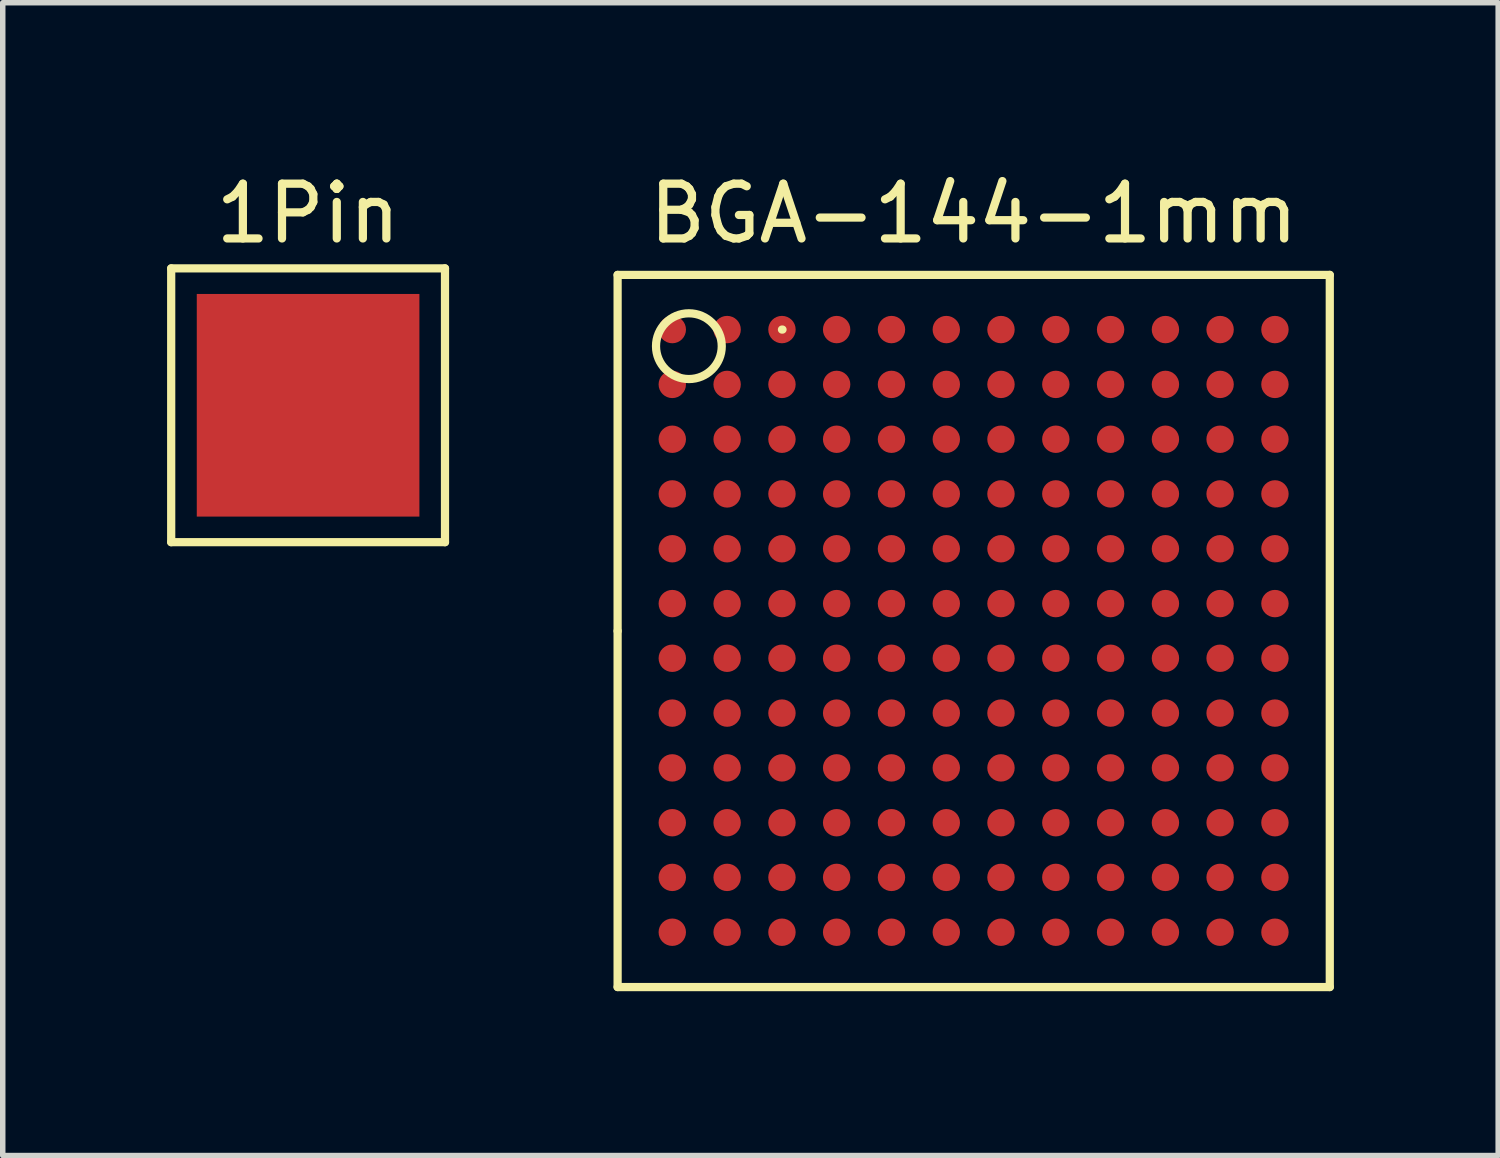
<source format=kicad_pcb>
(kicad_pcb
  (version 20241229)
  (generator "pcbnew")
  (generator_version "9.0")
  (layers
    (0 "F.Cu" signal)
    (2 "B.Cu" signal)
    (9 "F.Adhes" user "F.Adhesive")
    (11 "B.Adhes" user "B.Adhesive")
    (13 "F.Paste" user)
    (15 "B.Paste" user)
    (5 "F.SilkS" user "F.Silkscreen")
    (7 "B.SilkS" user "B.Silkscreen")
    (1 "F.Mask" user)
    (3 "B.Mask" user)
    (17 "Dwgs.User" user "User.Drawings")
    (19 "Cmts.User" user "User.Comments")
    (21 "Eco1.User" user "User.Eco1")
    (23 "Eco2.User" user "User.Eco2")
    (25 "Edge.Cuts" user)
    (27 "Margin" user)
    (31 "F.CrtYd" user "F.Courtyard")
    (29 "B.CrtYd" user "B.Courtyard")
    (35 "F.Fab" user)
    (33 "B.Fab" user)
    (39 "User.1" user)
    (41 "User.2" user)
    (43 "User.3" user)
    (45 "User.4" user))
  (footprint "1Pin"
    (layer "F.Cu")
    (at 2.574 4.348)
    (property "Reference" "1Pin" (at 0 -3.5 0) (layer "F.SilkS") (effects (font (size 1 1) (thickness 0.15))))
    (attr through_hole)
    (fp_line (start -2.499 -2.499) (end 2.499 -2.499) (stroke (width 0.15) (type solid)) (layer "F.SilkS"))
    (fp_line (start -2.499 2.499) (end -2.499 -2.499) (stroke (width 0.15) (type solid)) (layer "F.SilkS"))
    (fp_line (start 2.499 -2.499) (end 2.499 2.499) (stroke (width 0.15) (type solid)) (layer "F.SilkS"))
    (fp_line (start 2.499 2.499) (end -2.499 2.499) (stroke (width 0.15) (type solid)) (layer "F.SilkS"))
    (pad "1" smd rect (at 0 0) (size 4.064 4.064) (layers "F.Cu" "F.Mask" "F.Paste")))
  (footprint "BGA-144-1mm"
    (layer "F.Cu")
    (at 14.724 8.468)
    (property "Reference" "BGA-144-1mm" (at 0 -7.62 0) (layer "F.SilkS") (effects (font (size 1 1) (thickness 0.15))))
    (attr smd)
    (fp_line (start -6.5 -6.5) (end 6.5 -6.5) (stroke (width 0.15) (type solid)) (layer "F.SilkS"))
    (fp_line (start -6.5 0) (end -6.5 -6.5) (stroke (width 0.15) (type solid)) (layer "F.SilkS"))
    (fp_line (start -6.5 6.5) (end -6.5 0) (stroke (width 0.15) (type solid)) (layer "F.SilkS"))
    (fp_line (start -3.5 -5.502) (end -3.49 -5.502) (stroke (width 0.15) (type solid)) (layer "F.SilkS"))
    (fp_line (start 6.5 -6.5) (end 6.5 6.5) (stroke (width 0.15) (type solid)) (layer "F.SilkS"))
    (fp_line (start 6.5 6.5) (end -6.5 6.5) (stroke (width 0.15) (type solid)) (layer "F.SilkS"))
    (fp_circle (center -5.199 -5.199) (end -5.199 -5.799) (stroke (width 0.15) (type solid)) (fill no) (layer "F.SilkS"))
    (pad "A1" smd circle (at -5.502 -5.502) (size 0.5 0.5) (layers "F.Cu" "F.Mask" "F.Paste"))
    (pad "A2" smd circle (at -4.501 -5.502) (size 0.5 0.5) (layers "F.Cu" "F.Mask" "F.Paste"))
    (pad "A3" smd circle (at -3.5 -5.502) (size 0.5 0.5) (layers "F.Cu" "F.Mask" "F.Paste"))
    (pad "A4" smd circle (at -2.502 -5.502) (size 0.5 0.5) (layers "F.Cu" "F.Mask" "F.Paste"))
    (pad "A5" smd circle (at -1.501 -5.502) (size 0.5 0.5) (layers "F.Cu" "F.Mask" "F.Paste"))
    (pad "A6" smd circle (at -0.5 -5.502) (size 0.5 0.5) (layers "F.Cu" "F.Mask" "F.Paste"))
    (pad "A7" smd circle (at 0.498 -5.502) (size 0.5 0.5) (layers "F.Cu" "F.Mask" "F.Paste"))
    (pad "A8" smd circle (at 1.499 -5.502) (size 0.5 0.5) (layers "F.Cu" "F.Mask" "F.Paste"))
    (pad "A9" smd circle (at 2.499 -5.502) (size 0.5 0.5) (layers "F.Cu" "F.Mask" "F.Paste"))
    (pad "A10" smd circle (at 3.5 -5.502) (size 0.5 0.5) (layers "F.Cu" "F.Mask" "F.Paste"))
    (pad "A11" smd circle (at 4.498 -5.502) (size 0.5 0.5) (layers "F.Cu" "F.Mask" "F.Paste"))
    (pad "A12" smd circle (at 5.499 -5.502) (size 0.5 0.5) (layers "F.Cu" "F.Mask" "F.Paste"))
    (pad "B1" smd circle (at -5.502 -4.501) (size 0.5 0.5) (layers "F.Cu" "F.Mask" "F.Paste"))
    (pad "B2" smd circle (at -4.501 -4.501) (size 0.5 0.5) (layers "F.Cu" "F.Mask" "F.Paste"))
    (pad "B3" smd circle (at -3.5 -4.501) (size 0.5 0.5) (layers "F.Cu" "F.Mask" "F.Paste"))
    (pad "B4" smd circle (at -2.502 -4.501) (size 0.5 0.5) (layers "F.Cu" "F.Mask" "F.Paste"))
    (pad "B5" smd circle (at -1.501 -4.501) (size 0.5 0.5) (layers "F.Cu" "F.Mask" "F.Paste"))
    (pad "B6" smd circle (at -0.5 -4.501) (size 0.5 0.5) (layers "F.Cu" "F.Mask" "F.Paste"))
    (pad "B7" smd circle (at 0.498 -4.501) (size 0.5 0.5) (layers "F.Cu" "F.Mask" "F.Paste"))
    (pad "B8" smd circle (at 1.499 -4.501) (size 0.5 0.5) (layers "F.Cu" "F.Mask" "F.Paste"))
    (pad "B9" smd circle (at 2.499 -4.501) (size 0.5 0.5) (layers "F.Cu" "F.Mask" "F.Paste"))
    (pad "B10" smd circle (at 3.5 -4.501) (size 0.5 0.5) (layers "F.Cu" "F.Mask" "F.Paste"))
    (pad "B11" smd circle (at 4.498 -4.501) (size 0.5 0.5) (layers "F.Cu" "F.Mask" "F.Paste"))
    (pad "B12" smd circle (at 5.499 -4.501) (size 0.5 0.5) (layers "F.Cu" "F.Mask" "F.Paste"))
    (pad "C1" smd circle (at -5.502 -3.5) (size 0.5 0.5) (layers "F.Cu" "F.Mask" "F.Paste"))
    (pad "C2" smd circle (at -4.501 -3.5) (size 0.5 0.5) (layers "F.Cu" "F.Mask" "F.Paste"))
    (pad "C3" smd circle (at -3.5 -3.5) (size 0.5 0.5) (layers "F.Cu" "F.Mask" "F.Paste"))
    (pad "C4" smd circle (at -2.502 -3.5) (size 0.5 0.5) (layers "F.Cu" "F.Mask" "F.Paste"))
    (pad "C5" smd circle (at -1.501 -3.5) (size 0.5 0.5) (layers "F.Cu" "F.Mask" "F.Paste"))
    (pad "C6" smd circle (at -0.5 -3.5) (size 0.5 0.5) (layers "F.Cu" "F.Mask" "F.Paste"))
    (pad "C7" smd circle (at 0.498 -3.5) (size 0.5 0.5) (layers "F.Cu" "F.Mask" "F.Paste"))
    (pad "C8" smd circle (at 1.499 -3.5) (size 0.5 0.5) (layers "F.Cu" "F.Mask" "F.Paste"))
    (pad "C9" smd circle (at 2.499 -3.5) (size 0.5 0.5) (layers "F.Cu" "F.Mask" "F.Paste"))
    (pad "C10" smd circle (at 3.5 -3.5) (size 0.5 0.5) (layers "F.Cu" "F.Mask" "F.Paste"))
    (pad "C11" smd circle (at 4.498 -3.5) (size 0.5 0.5) (layers "F.Cu" "F.Mask" "F.Paste"))
    (pad "C12" smd circle (at 5.499 -3.5) (size 0.5 0.5) (layers "F.Cu" "F.Mask" "F.Paste"))
    (pad "D1" smd circle (at -5.502 -2.502) (size 0.5 0.5) (layers "F.Cu" "F.Mask" "F.Paste"))
    (pad "D2" smd circle (at -4.501 -2.502) (size 0.5 0.5) (layers "F.Cu" "F.Mask" "F.Paste"))
    (pad "D3" smd circle (at -3.5 -2.502) (size 0.5 0.5) (layers "F.Cu" "F.Mask" "F.Paste"))
    (pad "D4" smd circle (at -2.502 -2.502) (size 0.5 0.5) (layers "F.Cu" "F.Mask" "F.Paste"))
    (pad "D5" smd circle (at -1.501 -2.502) (size 0.5 0.5) (layers "F.Cu" "F.Mask" "F.Paste"))
    (pad "D6" smd circle (at -0.5 -2.502) (size 0.5 0.5) (layers "F.Cu" "F.Mask" "F.Paste"))
    (pad "D7" smd circle (at 0.498 -2.502) (size 0.5 0.5) (layers "F.Cu" "F.Mask" "F.Paste"))
    (pad "D8" smd circle (at 1.499 -2.502) (size 0.5 0.5) (layers "F.Cu" "F.Mask" "F.Paste"))
    (pad "D9" smd circle (at 2.499 -2.502) (size 0.5 0.5) (layers "F.Cu" "F.Mask" "F.Paste"))
    (pad "D10" smd circle (at 3.5 -2.502) (size 0.5 0.5) (layers "F.Cu" "F.Mask" "F.Paste"))
    (pad "D11" smd circle (at 4.498 -2.502) (size 0.5 0.5) (layers "F.Cu" "F.Mask" "F.Paste"))
    (pad "D12" smd circle (at 5.499 -2.502) (size 0.5 0.5) (layers "F.Cu" "F.Mask" "F.Paste"))
    (pad "E1" smd circle (at -5.502 -1.501) (size 0.5 0.5) (layers "F.Cu" "F.Mask" "F.Paste"))
    (pad "E2" smd circle (at -4.501 -1.501) (size 0.5 0.5) (layers "F.Cu" "F.Mask" "F.Paste"))
    (pad "E3" smd circle (at -3.5 -1.501) (size 0.5 0.5) (layers "F.Cu" "F.Mask" "F.Paste"))
    (pad "E4" smd circle (at -2.502 -1.501) (size 0.5 0.5) (layers "F.Cu" "F.Mask" "F.Paste"))
    (pad "E5" smd circle (at -1.501 -1.501) (size 0.5 0.5) (layers "F.Cu" "F.Mask" "F.Paste"))
    (pad "E6" smd circle (at -0.5 -1.501) (size 0.5 0.5) (layers "F.Cu" "F.Mask" "F.Paste"))
    (pad "E7" smd circle (at 0.498 -1.501) (size 0.5 0.5) (layers "F.Cu" "F.Mask" "F.Paste"))
    (pad "E8" smd circle (at 1.499 -1.501) (size 0.5 0.5) (layers "F.Cu" "F.Mask" "F.Paste"))
    (pad "E9" smd circle (at 2.499 -1.501) (size 0.5 0.5) (layers "F.Cu" "F.Mask" "F.Paste"))
    (pad "E10" smd circle (at 3.5 -1.501) (size 0.5 0.5) (layers "F.Cu" "F.Mask" "F.Paste"))
    (pad "E11" smd circle (at 4.498 -1.501) (size 0.5 0.5) (layers "F.Cu" "F.Mask" "F.Paste"))
    (pad "E12" smd circle (at 5.499 -1.501) (size 0.5 0.5) (layers "F.Cu" "F.Mask" "F.Paste"))
    (pad "F1" smd circle (at -5.502 -0.5) (size 0.5 0.5) (layers "F.Cu" "F.Mask" "F.Paste"))
    (pad "F2" smd circle (at -4.501 -0.5) (size 0.5 0.5) (layers "F.Cu" "F.Mask" "F.Paste"))
    (pad "F3" smd circle (at -3.5 -0.5) (size 0.5 0.5) (layers "F.Cu" "F.Mask" "F.Paste"))
    (pad "F4" smd circle (at -2.502 -0.5) (size 0.5 0.5) (layers "F.Cu" "F.Mask" "F.Paste"))
    (pad "F5" smd circle (at -1.501 -0.5) (size 0.5 0.5) (layers "F.Cu" "F.Mask" "F.Paste"))
    (pad "F6" smd circle (at -0.5 -0.5) (size 0.5 0.5) (layers "F.Cu" "F.Mask" "F.Paste"))
    (pad "F7" smd circle (at 0.498 -0.5) (size 0.5 0.5) (layers "F.Cu" "F.Mask" "F.Paste"))
    (pad "F8" smd circle (at 1.499 -0.5) (size 0.5 0.5) (layers "F.Cu" "F.Mask" "F.Paste"))
    (pad "F9" smd circle (at 2.499 -0.5) (size 0.5 0.5) (layers "F.Cu" "F.Mask" "F.Paste"))
    (pad "F10" smd circle (at 3.5 -0.5) (size 0.5 0.5) (layers "F.Cu" "F.Mask" "F.Paste"))
    (pad "F11" smd circle (at 4.498 -0.5) (size 0.5 0.5) (layers "F.Cu" "F.Mask" "F.Paste"))
    (pad "F12" smd circle (at 5.499 -0.5) (size 0.5 0.5) (layers "F.Cu" "F.Mask" "F.Paste"))
    (pad "G1" smd circle (at -5.502 0.498) (size 0.5 0.5) (layers "F.Cu" "F.Mask" "F.Paste"))
    (pad "G2" smd circle (at -4.501 0.498) (size 0.5 0.5) (layers "F.Cu" "F.Mask" "F.Paste"))
    (pad "G3" smd circle (at -3.5 0.498) (size 0.5 0.5) (layers "F.Cu" "F.Mask" "F.Paste"))
    (pad "G4" smd circle (at -2.502 0.498) (size 0.5 0.5) (layers "F.Cu" "F.Mask" "F.Paste"))
    (pad "G5" smd circle (at -1.501 0.498) (size 0.5 0.5) (layers "F.Cu" "F.Mask" "F.Paste"))
    (pad "G6" smd circle (at -0.5 0.498) (size 0.5 0.5) (layers "F.Cu" "F.Mask" "F.Paste"))
    (pad "G7" smd circle (at 0.498 0.498) (size 0.5 0.5) (layers "F.Cu" "F.Mask" "F.Paste"))
    (pad "G8" smd circle (at 1.499 0.498) (size 0.5 0.5) (layers "F.Cu" "F.Mask" "F.Paste"))
    (pad "G9" smd circle (at 2.499 0.498) (size 0.5 0.5) (layers "F.Cu" "F.Mask" "F.Paste"))
    (pad "G10" smd circle (at 3.5 0.498) (size 0.5 0.5) (layers "F.Cu" "F.Mask" "F.Paste"))
    (pad "G11" smd circle (at 4.498 0.498) (size 0.5 0.5) (layers "F.Cu" "F.Mask" "F.Paste"))
    (pad "G12" smd circle (at 5.499 0.498) (size 0.5 0.5) (layers "F.Cu" "F.Mask" "F.Paste"))
    (pad "H1" smd circle (at -5.502 1.499) (size 0.5 0.5) (layers "F.Cu" "F.Mask" "F.Paste"))
    (pad "H2" smd circle (at -4.501 1.499) (size 0.5 0.5) (layers "F.Cu" "F.Mask" "F.Paste"))
    (pad "H3" smd circle (at -3.5 1.499) (size 0.5 0.5) (layers "F.Cu" "F.Mask" "F.Paste"))
    (pad "H4" smd circle (at -2.502 1.499) (size 0.5 0.5) (layers "F.Cu" "F.Mask" "F.Paste"))
    (pad "H5" smd circle (at -1.501 1.499) (size 0.5 0.5) (layers "F.Cu" "F.Mask" "F.Paste"))
    (pad "H6" smd circle (at -0.5 1.499) (size 0.5 0.5) (layers "F.Cu" "F.Mask" "F.Paste"))
    (pad "H7" smd circle (at 0.498 1.499) (size 0.5 0.5) (layers "F.Cu" "F.Mask" "F.Paste"))
    (pad "H8" smd circle (at 1.499 1.499) (size 0.5 0.5) (layers "F.Cu" "F.Mask" "F.Paste"))
    (pad "H9" smd circle (at 2.499 1.499) (size 0.5 0.5) (layers "F.Cu" "F.Mask" "F.Paste"))
    (pad "H10" smd circle (at 3.5 1.499) (size 0.5 0.5) (layers "F.Cu" "F.Mask" "F.Paste"))
    (pad "H11" smd circle (at 4.498 1.499) (size 0.5 0.5) (layers "F.Cu" "F.Mask" "F.Paste"))
    (pad "H12" smd circle (at 5.499 1.499) (size 0.5 0.5) (layers "F.Cu" "F.Mask" "F.Paste"))
    (pad "J1" smd circle (at -5.502 2.499) (size 0.5 0.5) (layers "F.Cu" "F.Mask" "F.Paste"))
    (pad "J2" smd circle (at -4.501 2.499) (size 0.5 0.5) (layers "F.Cu" "F.Mask" "F.Paste"))
    (pad "J3" smd circle (at -3.5 2.499) (size 0.5 0.5) (layers "F.Cu" "F.Mask" "F.Paste"))
    (pad "J4" smd circle (at -2.502 2.499) (size 0.5 0.5) (layers "F.Cu" "F.Mask" "F.Paste"))
    (pad "J5" smd circle (at -1.501 2.499) (size 0.5 0.5) (layers "F.Cu" "F.Mask" "F.Paste"))
    (pad "J6" smd circle (at -0.5 2.499) (size 0.5 0.5) (layers "F.Cu" "F.Mask" "F.Paste"))
    (pad "J7" smd circle (at 0.498 2.499) (size 0.5 0.5) (layers "F.Cu" "F.Mask" "F.Paste"))
    (pad "J8" smd circle (at 1.499 2.499) (size 0.5 0.5) (layers "F.Cu" "F.Mask" "F.Paste"))
    (pad "J9" smd circle (at 2.499 2.499) (size 0.5 0.5) (layers "F.Cu" "F.Mask" "F.Paste"))
    (pad "J10" smd circle (at 3.5 2.499) (size 0.5 0.5) (layers "F.Cu" "F.Mask" "F.Paste"))
    (pad "J11" smd circle (at 4.498 2.499) (size 0.5 0.5) (layers "F.Cu" "F.Mask" "F.Paste"))
    (pad "J12" smd circle (at 5.499 2.499) (size 0.5 0.5) (layers "F.Cu" "F.Mask" "F.Paste"))
    (pad "K1" smd circle (at -5.502 3.5) (size 0.5 0.5) (layers "F.Cu" "F.Mask" "F.Paste"))
    (pad "K2" smd circle (at -4.501 3.5) (size 0.5 0.5) (layers "F.Cu" "F.Mask" "F.Paste"))
    (pad "K3" smd circle (at -3.5 3.5) (size 0.5 0.5) (layers "F.Cu" "F.Mask" "F.Paste"))
    (pad "K4" smd circle (at -2.502 3.5) (size 0.5 0.5) (layers "F.Cu" "F.Mask" "F.Paste"))
    (pad "K5" smd circle (at -1.501 3.5) (size 0.5 0.5) (layers "F.Cu" "F.Mask" "F.Paste"))
    (pad "K6" smd circle (at -0.5 3.5) (size 0.5 0.5) (layers "F.Cu" "F.Mask" "F.Paste"))
    (pad "K7" smd circle (at 0.498 3.5) (size 0.5 0.5) (layers "F.Cu" "F.Mask" "F.Paste"))
    (pad "K8" smd circle (at 1.499 3.5) (size 0.5 0.5) (layers "F.Cu" "F.Mask" "F.Paste"))
    (pad "K9" smd circle (at 2.499 3.5) (size 0.5 0.5) (layers "F.Cu" "F.Mask" "F.Paste"))
    (pad "K10" smd circle (at 3.5 3.5) (size 0.5 0.5) (layers "F.Cu" "F.Mask" "F.Paste"))
    (pad "K11" smd circle (at 4.498 3.5) (size 0.5 0.5) (layers "F.Cu" "F.Mask" "F.Paste"))
    (pad "K12" smd circle (at 5.499 3.5) (size 0.5 0.5) (layers "F.Cu" "F.Mask" "F.Paste"))
    (pad "L1" smd circle (at -5.502 4.498) (size 0.5 0.5) (layers "F.Cu" "F.Mask" "F.Paste"))
    (pad "L2" smd circle (at -4.501 4.498) (size 0.5 0.5) (layers "F.Cu" "F.Mask" "F.Paste"))
    (pad "L3" smd circle (at -3.5 4.498) (size 0.5 0.5) (layers "F.Cu" "F.Mask" "F.Paste"))
    (pad "L4" smd circle (at -2.502 4.498) (size 0.5 0.5) (layers "F.Cu" "F.Mask" "F.Paste"))
    (pad "L5" smd circle (at -1.501 4.498) (size 0.5 0.5) (layers "F.Cu" "F.Mask" "F.Paste"))
    (pad "L6" smd circle (at -0.5 4.498) (size 0.5 0.5) (layers "F.Cu" "F.Mask" "F.Paste"))
    (pad "L7" smd circle (at 0.498 4.498) (size 0.5 0.5) (layers "F.Cu" "F.Mask" "F.Paste"))
    (pad "L8" smd circle (at 1.499 4.498) (size 0.5 0.5) (layers "F.Cu" "F.Mask" "F.Paste"))
    (pad "L9" smd circle (at 2.499 4.498) (size 0.5 0.5) (layers "F.Cu" "F.Mask" "F.Paste"))
    (pad "L10" smd circle (at 3.5 4.498) (size 0.5 0.5) (layers "F.Cu" "F.Mask" "F.Paste"))
    (pad "L11" smd circle (at 4.498 4.498) (size 0.5 0.5) (layers "F.Cu" "F.Mask" "F.Paste"))
    (pad "L12" smd circle (at 5.499 4.498) (size 0.5 0.5) (layers "F.Cu" "F.Mask" "F.Paste"))
    (pad "M1" smd circle (at -5.502 5.499) (size 0.5 0.5) (layers "F.Cu" "F.Mask" "F.Paste"))
    (pad "M2" smd circle (at -4.501 5.499) (size 0.5 0.5) (layers "F.Cu" "F.Mask" "F.Paste"))
    (pad "M3" smd circle (at -3.5 5.499) (size 0.5 0.5) (layers "F.Cu" "F.Mask" "F.Paste"))
    (pad "M4" smd circle (at -2.502 5.499) (size 0.5 0.5) (layers "F.Cu" "F.Mask" "F.Paste"))
    (pad "M5" smd circle (at -1.501 5.499) (size 0.5 0.5) (layers "F.Cu" "F.Mask" "F.Paste"))
    (pad "M6" smd circle (at -0.5 5.499) (size 0.5 0.5) (layers "F.Cu" "F.Mask" "F.Paste"))
    (pad "M7" smd circle (at 0.498 5.499) (size 0.5 0.5) (layers "F.Cu" "F.Mask" "F.Paste"))
    (pad "M8" smd circle (at 1.499 5.499) (size 0.5 0.5) (layers "F.Cu" "F.Mask" "F.Paste"))
    (pad "M9" smd circle (at 2.499 5.499) (size 0.5 0.5) (layers "F.Cu" "F.Mask" "F.Paste"))
    (pad "M10" smd circle (at 3.5 5.499) (size 0.5 0.5) (layers "F.Cu" "F.Mask" "F.Paste"))
    (pad "M11" smd circle (at 4.498 5.499) (size 0.5 0.5) (layers "F.Cu" "F.Mask" "F.Paste"))
    (pad "M12" smd circle (at 5.499 5.499) (size 0.5 0.5) (layers "F.Cu" "F.Mask" "F.Paste")))
  (gr_rect
    (start -3 -3)
    (end 24.298 18.043)
    (stroke (width 0.1) (type default))
    (fill no)
    (layer "Edge.Cuts")))
</source>
